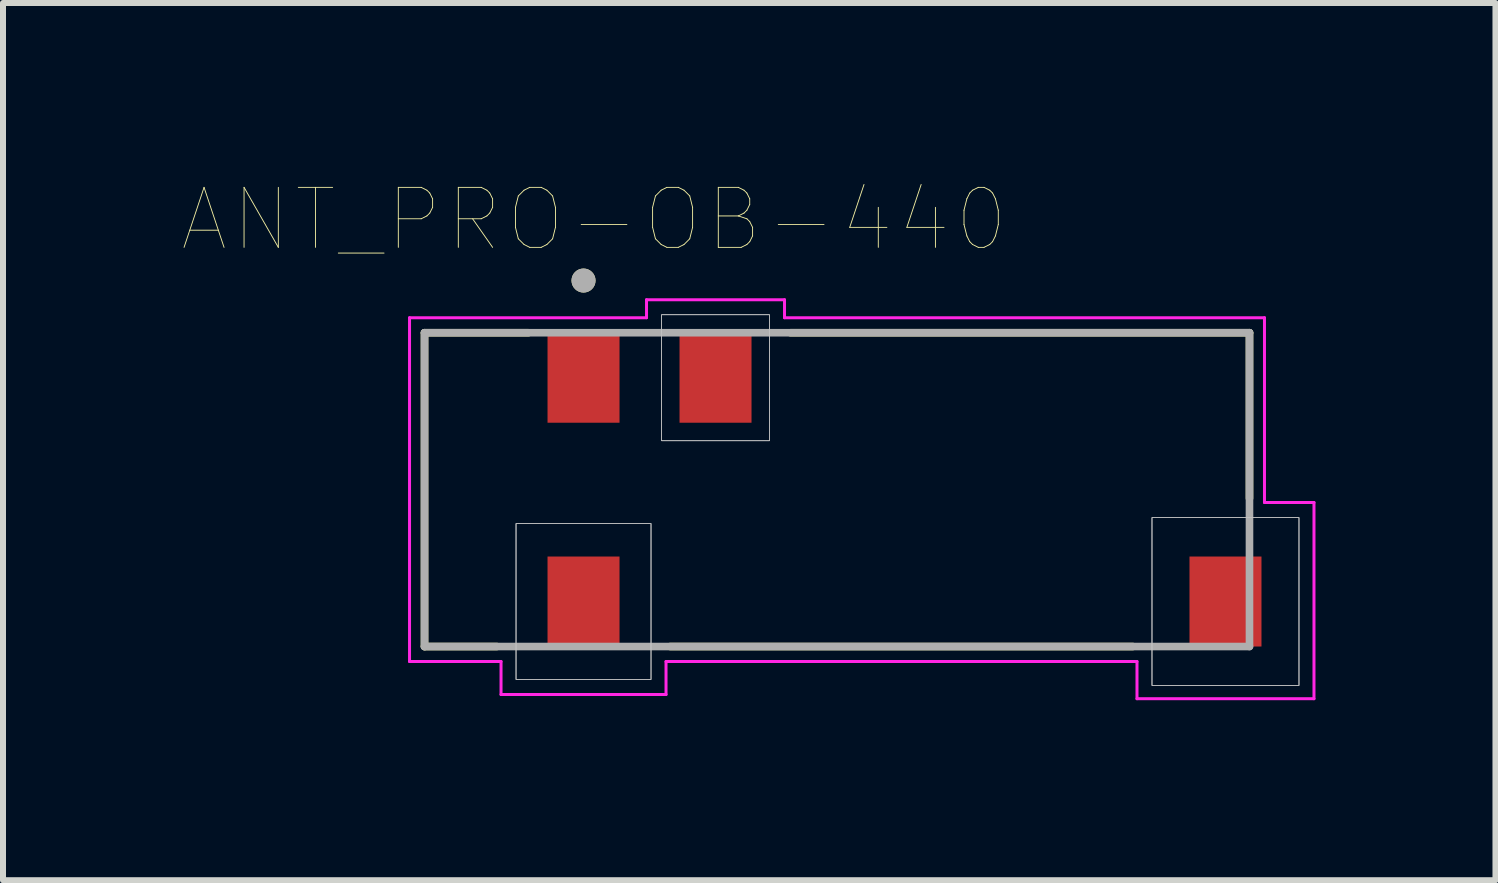
<source format=kicad_pcb>
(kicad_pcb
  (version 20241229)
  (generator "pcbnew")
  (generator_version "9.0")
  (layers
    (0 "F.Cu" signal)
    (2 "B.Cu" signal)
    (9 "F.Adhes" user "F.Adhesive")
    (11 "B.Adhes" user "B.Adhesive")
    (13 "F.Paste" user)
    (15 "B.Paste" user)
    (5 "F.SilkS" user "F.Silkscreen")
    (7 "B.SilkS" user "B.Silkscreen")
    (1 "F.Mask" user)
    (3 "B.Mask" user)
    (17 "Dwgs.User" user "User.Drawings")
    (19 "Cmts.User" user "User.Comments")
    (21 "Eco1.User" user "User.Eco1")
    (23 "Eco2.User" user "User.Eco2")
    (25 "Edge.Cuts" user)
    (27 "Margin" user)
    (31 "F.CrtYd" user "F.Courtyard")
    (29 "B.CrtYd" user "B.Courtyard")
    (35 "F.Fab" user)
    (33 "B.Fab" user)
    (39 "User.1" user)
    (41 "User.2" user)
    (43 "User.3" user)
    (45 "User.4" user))
  (footprint "ANT_PRO-OB-440"
    (layer "F.Cu")
    (at 6.676 3.246)
    (property "Reference" "ANT_PRO-OB-440" (at 0.175 -2.635 0) (layer "F.SilkS") (effects (font (size 1 1) (thickness 0.015))))
    (attr through_hole)
    (fp_line (start -2.65 -0.75) (end -2.65 4.48) (stroke (width 0.127) (type solid)) (layer "F.SilkS"))
    (fp_line (start -2.65 -0.75) (end -0.92 -0.75) (stroke (width 0.127) (type solid)) (layer "F.SilkS"))
    (fp_line (start -2.65 4.48) (end -1.445 4.48) (stroke (width 0.127) (type solid)) (layer "F.SilkS"))
    (fp_line (start 1.445 4.48) (end 9.155 4.48) (stroke (width 0.127) (type solid)) (layer "F.SilkS"))
    (fp_line (start 3.45 -0.75) (end 11.1 -0.75) (stroke (width 0.127) (type solid)) (layer "F.SilkS"))
    (fp_line (start 11.1 -0.75) (end 11.1 2.01) (stroke (width 0.127) (type solid)) (layer "F.SilkS"))
    (fp_circle (center 0 -1.62) (end 0.1 -1.62) (stroke (width 0.2) (type solid)) (fill no) (layer "F.SilkS"))
    (fp_poly (pts (xy -1.125 2.43) (xy 1.125 2.43) (xy 1.125 5.03) (xy -1.125 5.03)) (stroke (width 0.01) (type solid)) (fill no) (layer "Dwgs.User"))
    (fp_poly (pts (xy -1.125 2.43) (xy 1.125 2.43) (xy 1.125 5.03) (xy -1.125 5.03)) (stroke (width 0.01) (type solid)) (fill no) (layer "Dwgs.User"))
    (fp_poly (pts (xy -1.125 2.43) (xy 1.125 2.43) (xy 1.125 5.03) (xy -1.125 5.03)) (stroke (width 0.01) (type solid)) (fill no) (layer "Dwgs.User"))
    (fp_poly (pts (xy 1.3 -1.05) (xy 3.1 -1.05) (xy 3.1 1.05) (xy 1.3 1.05)) (stroke (width 0.01) (type solid)) (fill no) (layer "Dwgs.User"))
    (fp_poly (pts (xy 1.3 -1.05) (xy 3.1 -1.05) (xy 3.1 1.05) (xy 1.3 1.05)) (stroke (width 0.01) (type solid)) (fill no) (layer "Dwgs.User"))
    (fp_poly (pts (xy 1.3 -1.05) (xy 3.1 -1.05) (xy 3.1 1.05) (xy 1.3 1.05)) (stroke (width 0.01) (type solid)) (fill no) (layer "Dwgs.User"))
    (fp_poly (pts (xy 9.475 2.33) (xy 11.925 2.33) (xy 11.925 5.13) (xy 9.475 5.13)) (stroke (width 0.01) (type solid)) (fill no) (layer "Dwgs.User"))
    (fp_poly (pts (xy 9.475 2.33) (xy 11.925 2.33) (xy 11.925 5.13) (xy 9.475 5.13)) (stroke (width 0.01) (type solid)) (fill no) (layer "Dwgs.User"))
    (fp_poly (pts (xy 9.475 2.33) (xy 11.925 2.33) (xy 11.925 5.13) (xy 9.475 5.13)) (stroke (width 0.01) (type solid)) (fill no) (layer "Dwgs.User"))
    (fp_line (start -2.9 -1) (end -2.9 4.73) (stroke (width 0.05) (type solid)) (layer "F.CrtYd"))
    (fp_line (start -2.9 -1) (end 1.05 -1) (stroke (width 0.05) (type solid)) (layer "F.CrtYd"))
    (fp_line (start -2.9 4.73) (end -1.375 4.73) (stroke (width 0.05) (type solid)) (layer "F.CrtYd"))
    (fp_line (start -1.375 4.73) (end -1.375 5.28) (stroke (width 0.05) (type solid)) (layer "F.CrtYd"))
    (fp_line (start -1.375 5.28) (end 1.375 5.28) (stroke (width 0.05) (type solid)) (layer "F.CrtYd"))
    (fp_line (start 1.05 -1.3) (end 3.35 -1.3) (stroke (width 0.05) (type solid)) (layer "F.CrtYd"))
    (fp_line (start 1.05 -1) (end 1.05 -1.3) (stroke (width 0.05) (type solid)) (layer "F.CrtYd"))
    (fp_line (start 1.375 5.28) (end 1.375 4.73) (stroke (width 0.05) (type solid)) (layer "F.CrtYd"))
    (fp_line (start 3.35 -1.3) (end 3.35 -1) (stroke (width 0.05) (type solid)) (layer "F.CrtYd"))
    (fp_line (start 3.35 -1) (end 11.35 -1) (stroke (width 0.05) (type solid)) (layer "F.CrtYd"))
    (fp_line (start 9.225 4.73) (end 1.375 4.73) (stroke (width 0.05) (type solid)) (layer "F.CrtYd"))
    (fp_line (start 9.225 4.73) (end 9.225 5.35) (stroke (width 0.05) (type solid)) (layer "F.CrtYd"))
    (fp_line (start 9.225 5.35) (end 12.175 5.35) (stroke (width 0.05) (type solid)) (layer "F.CrtYd"))
    (fp_line (start 11.35 -1) (end 11.35 2.08) (stroke (width 0.05) (type solid)) (layer "F.CrtYd"))
    (fp_line (start 11.35 2.08) (end 12.175 2.08) (stroke (width 0.05) (type solid)) (layer "F.CrtYd"))
    (fp_line (start 12.175 2.08) (end 12.175 5.35) (stroke (width 0.05) (type solid)) (layer "F.CrtYd"))
    (fp_line (start -2.65 -0.75) (end -2.65 4.48) (stroke (width 0.127) (type solid)) (layer "F.Fab"))
    (fp_line (start -2.65 4.48) (end 11.1 4.48) (stroke (width 0.127) (type solid)) (layer "F.Fab"))
    (fp_line (start 11.1 -0.75) (end -2.65 -0.75) (stroke (width 0.127) (type solid)) (layer "F.Fab"))
    (fp_line (start 11.1 4.48) (end 11.1 -0.75) (stroke (width 0.127) (type solid)) (layer "F.Fab"))
    (fp_circle (center 0 -1.62) (end 0.1 -1.62) (stroke (width 0.2) (type solid)) (fill no) (layer "F.Fab"))
    (pad "1" smd rect (at 0 0) (size 1.2 1.5) (layers "F.Cu" "F.Mask" "F.Paste"))
    (pad "2" smd rect (at 2.2 0) (size 1.2 1.5) (layers "F.Cu" "F.Mask" "F.Paste"))
    (pad "3" smd rect (at 0 3.73) (size 1.2 1.5) (layers "F.Cu" "F.Mask" "F.Paste"))
    (pad "4" smd rect (at 10.7 3.73) (size 1.2 1.5) (layers "F.Cu" "F.Mask" "F.Paste")))
  (gr_rect
    (start -3 -3)
    (end 21.876 11.621)
    (stroke (width 0.1) (type default))
    (fill no)
    (layer "Edge.Cuts")))
</source>
